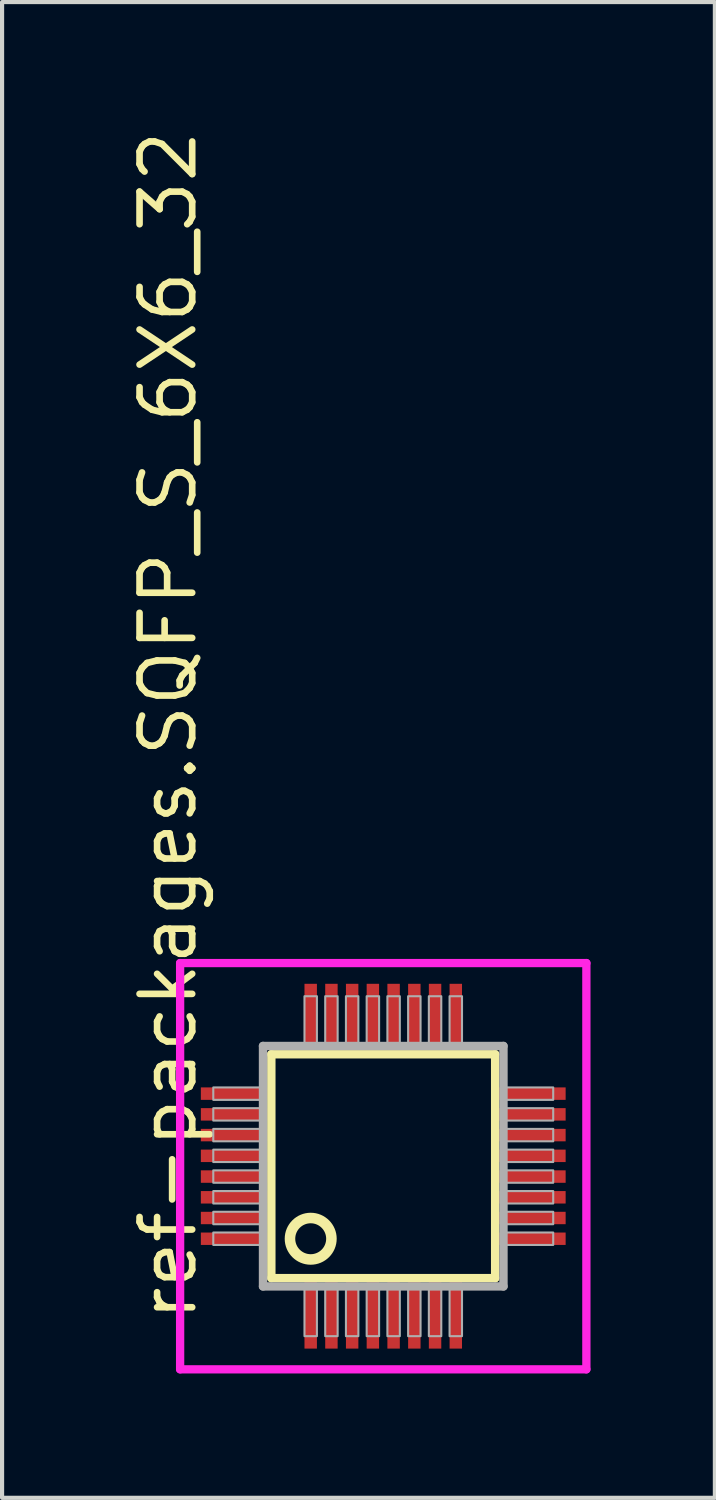
<source format=kicad_pcb>
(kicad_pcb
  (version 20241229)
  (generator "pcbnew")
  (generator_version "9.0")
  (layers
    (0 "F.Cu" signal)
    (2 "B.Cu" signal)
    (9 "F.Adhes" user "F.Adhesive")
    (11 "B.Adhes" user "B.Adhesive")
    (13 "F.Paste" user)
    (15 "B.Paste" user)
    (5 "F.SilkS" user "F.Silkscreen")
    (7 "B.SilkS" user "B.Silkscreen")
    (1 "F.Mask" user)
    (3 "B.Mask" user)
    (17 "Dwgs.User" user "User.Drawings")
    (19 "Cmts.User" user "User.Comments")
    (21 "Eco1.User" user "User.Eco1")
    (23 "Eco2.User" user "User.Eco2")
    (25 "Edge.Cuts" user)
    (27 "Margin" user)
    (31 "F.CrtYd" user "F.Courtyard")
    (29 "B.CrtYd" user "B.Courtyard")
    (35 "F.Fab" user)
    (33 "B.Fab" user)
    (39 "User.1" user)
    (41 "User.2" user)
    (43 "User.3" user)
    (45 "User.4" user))
  (footprint "ref-packages.SQFP_S_6X6_32"
    (layer "F.Cu")
    (at 6.195 25.082)
    (property "Reference" "ref-packages.SQFP_S_6X6_32" (at -4.445 3.81 90) (layer "F.SilkS") (effects (font (size 1.27 1.27) (thickness 0.16)) (justify left bottom)))
    (attr smd)
    (fp_line (start -2.7 -2.7) (end 2.7 -2.7) (stroke (width 0.203) (type default)) (layer "F.SilkS"))
    (fp_line (start -2.7 2.7) (end -2.7 -2.7) (stroke (width 0.203) (type default)) (layer "F.SilkS"))
    (fp_line (start 2.7 -2.7) (end 2.7 2.7) (stroke (width 0.203) (type default)) (layer "F.SilkS"))
    (fp_line (start 2.7 2.7) (end -2.7 2.7) (stroke (width 0.203) (type default)) (layer "F.SilkS"))
    (fp_circle (center -1.75 1.75) (end -1.25 1.75) (stroke (width 0.254) (type default)) (fill no) (layer "F.SilkS"))
    (fp_line (start -4.9 -4.9) (end 4.9 -4.9) (stroke (width 0.2) (type default)) (layer "F.CrtYd"))
    (fp_line (start -4.9 4.9) (end -4.9 -4.9) (stroke (width 0.2) (type default)) (layer "F.CrtYd"))
    (fp_line (start 4.9 -4.9) (end 4.9 4.9) (stroke (width 0.2) (type default)) (layer "F.CrtYd"))
    (fp_line (start 4.9 4.9) (end -4.9 4.9) (stroke (width 0.2) (type default)) (layer "F.CrtYd"))
    (fp_line (start -2.9 -2.9) (end -2.9 2.9) (stroke (width 0.203) (type default)) (layer "F.Fab"))
    (fp_line (start -2.9 2.9) (end 2.9 2.9) (stroke (width 0.203) (type default)) (layer "F.Fab"))
    (fp_line (start 2.9 -2.9) (end -2.9 -2.9) (stroke (width 0.203) (type default)) (layer "F.Fab"))
    (fp_line (start 2.9 2.9) (end 2.9 -2.9) (stroke (width 0.203) (type default)) (layer "F.Fab"))
    (fp_rect (start -4.1 -1.6) (end -2.95 -1.9) (stroke (width 0.05) (type default)) (fill no) (layer "F.Fab"))
    (fp_rect (start -4.1 -1.1) (end -2.95 -1.4) (stroke (width 0.05) (type default)) (fill no) (layer "F.Fab"))
    (fp_rect (start -4.1 -0.6) (end -2.95 -0.9) (stroke (width 0.05) (type default)) (fill no) (layer "F.Fab"))
    (fp_rect (start -4.1 -0.1) (end -2.95 -0.4) (stroke (width 0.05) (type default)) (fill no) (layer "F.Fab"))
    (fp_rect (start -4.1 0.4) (end -2.95 0.1) (stroke (width 0.05) (type default)) (fill no) (layer "F.Fab"))
    (fp_rect (start -4.1 0.9) (end -2.95 0.6) (stroke (width 0.05) (type default)) (fill no) (layer "F.Fab"))
    (fp_rect (start -4.1 1.4) (end -2.95 1.1) (stroke (width 0.05) (type default)) (fill no) (layer "F.Fab"))
    (fp_rect (start -4.1 1.9) (end -2.95 1.6) (stroke (width 0.05) (type default)) (fill no) (layer "F.Fab"))
    (fp_rect (start -1.9 -2.95) (end -1.6 -4.1) (stroke (width 0.05) (type default)) (fill no) (layer "F.Fab"))
    (fp_rect (start -1.9 4.1) (end -1.6 2.95) (stroke (width 0.05) (type default)) (fill no) (layer "F.Fab"))
    (fp_rect (start -1.4 -2.95) (end -1.1 -4.1) (stroke (width 0.05) (type default)) (fill no) (layer "F.Fab"))
    (fp_rect (start -1.4 4.1) (end -1.1 2.95) (stroke (width 0.05) (type default)) (fill no) (layer "F.Fab"))
    (fp_rect (start -0.9 -2.95) (end -0.6 -4.1) (stroke (width 0.05) (type default)) (fill no) (layer "F.Fab"))
    (fp_rect (start -0.9 4.1) (end -0.6 2.95) (stroke (width 0.05) (type default)) (fill no) (layer "F.Fab"))
    (fp_rect (start -0.4 -2.95) (end -0.1 -4.1) (stroke (width 0.05) (type default)) (fill no) (layer "F.Fab"))
    (fp_rect (start -0.4 4.1) (end -0.1 2.95) (stroke (width 0.05) (type default)) (fill no) (layer "F.Fab"))
    (fp_rect (start 0.1 -2.95) (end 0.4 -4.1) (stroke (width 0.05) (type default)) (fill no) (layer "F.Fab"))
    (fp_rect (start 0.1 4.1) (end 0.4 2.95) (stroke (width 0.05) (type default)) (fill no) (layer "F.Fab"))
    (fp_rect (start 0.6 -2.95) (end 0.9 -4.1) (stroke (width 0.05) (type default)) (fill no) (layer "F.Fab"))
    (fp_rect (start 0.6 4.1) (end 0.9 2.95) (stroke (width 0.05) (type default)) (fill no) (layer "F.Fab"))
    (fp_rect (start 1.1 -2.95) (end 1.4 -4.1) (stroke (width 0.05) (type default)) (fill no) (layer "F.Fab"))
    (fp_rect (start 1.1 4.1) (end 1.4 2.95) (stroke (width 0.05) (type default)) (fill no) (layer "F.Fab"))
    (fp_rect (start 1.6 -2.95) (end 1.9 -4.1) (stroke (width 0.05) (type default)) (fill no) (layer "F.Fab"))
    (fp_rect (start 1.6 4.1) (end 1.9 2.95) (stroke (width 0.05) (type default)) (fill no) (layer "F.Fab"))
    (fp_rect (start 2.95 -1.6) (end 4.1 -1.9) (stroke (width 0.05) (type default)) (fill no) (layer "F.Fab"))
    (fp_rect (start 2.95 -1.1) (end 4.1 -1.4) (stroke (width 0.05) (type default)) (fill no) (layer "F.Fab"))
    (fp_rect (start 2.95 -0.6) (end 4.1 -0.9) (stroke (width 0.05) (type default)) (fill no) (layer "F.Fab"))
    (fp_rect (start 2.95 -0.1) (end 4.1 -0.4) (stroke (width 0.05) (type default)) (fill no) (layer "F.Fab"))
    (fp_rect (start 2.95 0.4) (end 4.1 0.1) (stroke (width 0.05) (type default)) (fill no) (layer "F.Fab"))
    (fp_rect (start 2.95 0.9) (end 4.1 0.6) (stroke (width 0.05) (type default)) (fill no) (layer "F.Fab"))
    (fp_rect (start 2.95 1.4) (end 4.1 1.1) (stroke (width 0.05) (type default)) (fill no) (layer "F.Fab"))
    (fp_rect (start 2.95 1.9) (end 4.1 1.6) (stroke (width 0.05) (type default)) (fill no) (layer "F.Fab"))
    (pad "1" smd roundrect (at -1.75 3.6) (size 0.3 1.6) (layers "F.Cu" "F.Mask" "F.Paste") (roundrect_rratio 0.01))
    (pad "2" smd roundrect (at -1.25 3.6) (size 0.3 1.6) (layers "F.Cu" "F.Mask" "F.Paste") (roundrect_rratio 0.01))
    (pad "3" smd roundrect (at -0.75 3.6) (size 0.3 1.6) (layers "F.Cu" "F.Mask" "F.Paste") (roundrect_rratio 0.01))
    (pad "4" smd roundrect (at -0.25 3.6) (size 0.3 1.6) (layers "F.Cu" "F.Mask" "F.Paste") (roundrect_rratio 0.01))
    (pad "5" smd roundrect (at 0.25 3.6) (size 0.3 1.6) (layers "F.Cu" "F.Mask" "F.Paste") (roundrect_rratio 0.01))
    (pad "6" smd roundrect (at 0.75 3.6) (size 0.3 1.6) (layers "F.Cu" "F.Mask" "F.Paste") (roundrect_rratio 0.01))
    (pad "7" smd roundrect (at 1.25 3.6) (size 0.3 1.6) (layers "F.Cu" "F.Mask" "F.Paste") (roundrect_rratio 0.01))
    (pad "8" smd roundrect (at 1.75 3.6) (size 0.3 1.6) (layers "F.Cu" "F.Mask" "F.Paste") (roundrect_rratio 0.01))
    (pad "9" smd roundrect (at 3.6 1.75) (size 1.6 0.3) (layers "F.Cu" "F.Mask" "F.Paste") (roundrect_rratio 0.01))
    (pad "10" smd roundrect (at 3.6 1.25) (size 1.6 0.3) (layers "F.Cu" "F.Mask" "F.Paste") (roundrect_rratio 0.01))
    (pad "11" smd roundrect (at 3.6 0.75) (size 1.6 0.3) (layers "F.Cu" "F.Mask" "F.Paste") (roundrect_rratio 0.01))
    (pad "12" smd roundrect (at 3.6 0.25) (size 1.6 0.3) (layers "F.Cu" "F.Mask" "F.Paste") (roundrect_rratio 0.01))
    (pad "13" smd roundrect (at 3.6 -0.25) (size 1.6 0.3) (layers "F.Cu" "F.Mask" "F.Paste") (roundrect_rratio 0.01))
    (pad "14" smd roundrect (at 3.6 -0.75) (size 1.6 0.3) (layers "F.Cu" "F.Mask" "F.Paste") (roundrect_rratio 0.01))
    (pad "15" smd roundrect (at 3.6 -1.25) (size 1.6 0.3) (layers "F.Cu" "F.Mask" "F.Paste") (roundrect_rratio 0.01))
    (pad "16" smd roundrect (at 3.6 -1.75) (size 1.6 0.3) (layers "F.Cu" "F.Mask" "F.Paste") (roundrect_rratio 0.01))
    (pad "17" smd roundrect (at 1.75 -3.6) (size 0.3 1.6) (layers "F.Cu" "F.Mask" "F.Paste") (roundrect_rratio 0.01))
    (pad "18" smd roundrect (at 1.25 -3.6) (size 0.3 1.6) (layers "F.Cu" "F.Mask" "F.Paste") (roundrect_rratio 0.01))
    (pad "19" smd roundrect (at 0.75 -3.6) (size 0.3 1.6) (layers "F.Cu" "F.Mask" "F.Paste") (roundrect_rratio 0.01))
    (pad "20" smd roundrect (at 0.25 -3.6) (size 0.3 1.6) (layers "F.Cu" "F.Mask" "F.Paste") (roundrect_rratio 0.01))
    (pad "21" smd roundrect (at -0.25 -3.6) (size 0.3 1.6) (layers "F.Cu" "F.Mask" "F.Paste") (roundrect_rratio 0.01))
    (pad "22" smd roundrect (at -0.75 -3.6) (size 0.3 1.6) (layers "F.Cu" "F.Mask" "F.Paste") (roundrect_rratio 0.01))
    (pad "23" smd roundrect (at -1.25 -3.6) (size 0.3 1.6) (layers "F.Cu" "F.Mask" "F.Paste") (roundrect_rratio 0.01))
    (pad "24" smd roundrect (at -1.75 -3.6) (size 0.3 1.6) (layers "F.Cu" "F.Mask" "F.Paste") (roundrect_rratio 0.01))
    (pad "25" smd roundrect (at -3.6 -1.75) (size 1.6 0.3) (layers "F.Cu" "F.Mask" "F.Paste") (roundrect_rratio 0.01))
    (pad "26" smd roundrect (at -3.6 -1.25) (size 1.6 0.3) (layers "F.Cu" "F.Mask" "F.Paste") (roundrect_rratio 0.01))
    (pad "27" smd roundrect (at -3.6 -0.75) (size 1.6 0.3) (layers "F.Cu" "F.Mask" "F.Paste") (roundrect_rratio 0.01))
    (pad "28" smd roundrect (at -3.6 -0.25) (size 1.6 0.3) (layers "F.Cu" "F.Mask" "F.Paste") (roundrect_rratio 0.01))
    (pad "29" smd roundrect (at -3.6 0.25) (size 1.6 0.3) (layers "F.Cu" "F.Mask" "F.Paste") (roundrect_rratio 0.01))
    (pad "30" smd roundrect (at -3.6 0.75) (size 1.6 0.3) (layers "F.Cu" "F.Mask" "F.Paste") (roundrect_rratio 0.01))
    (pad "31" smd roundrect (at -3.6 1.25) (size 1.6 0.3) (layers "F.Cu" "F.Mask" "F.Paste") (roundrect_rratio 0.01))
    (pad "32" smd roundrect (at -3.6 1.75) (size 1.6 0.3) (layers "F.Cu" "F.Mask" "F.Paste") (roundrect_rratio 0.01)))
  (gr_rect
    (start -3 -3)
    (end 14.195 33.082)
    (stroke (width 0.1) (type default))
    (fill no)
    (layer "Edge.Cuts")))
</source>
